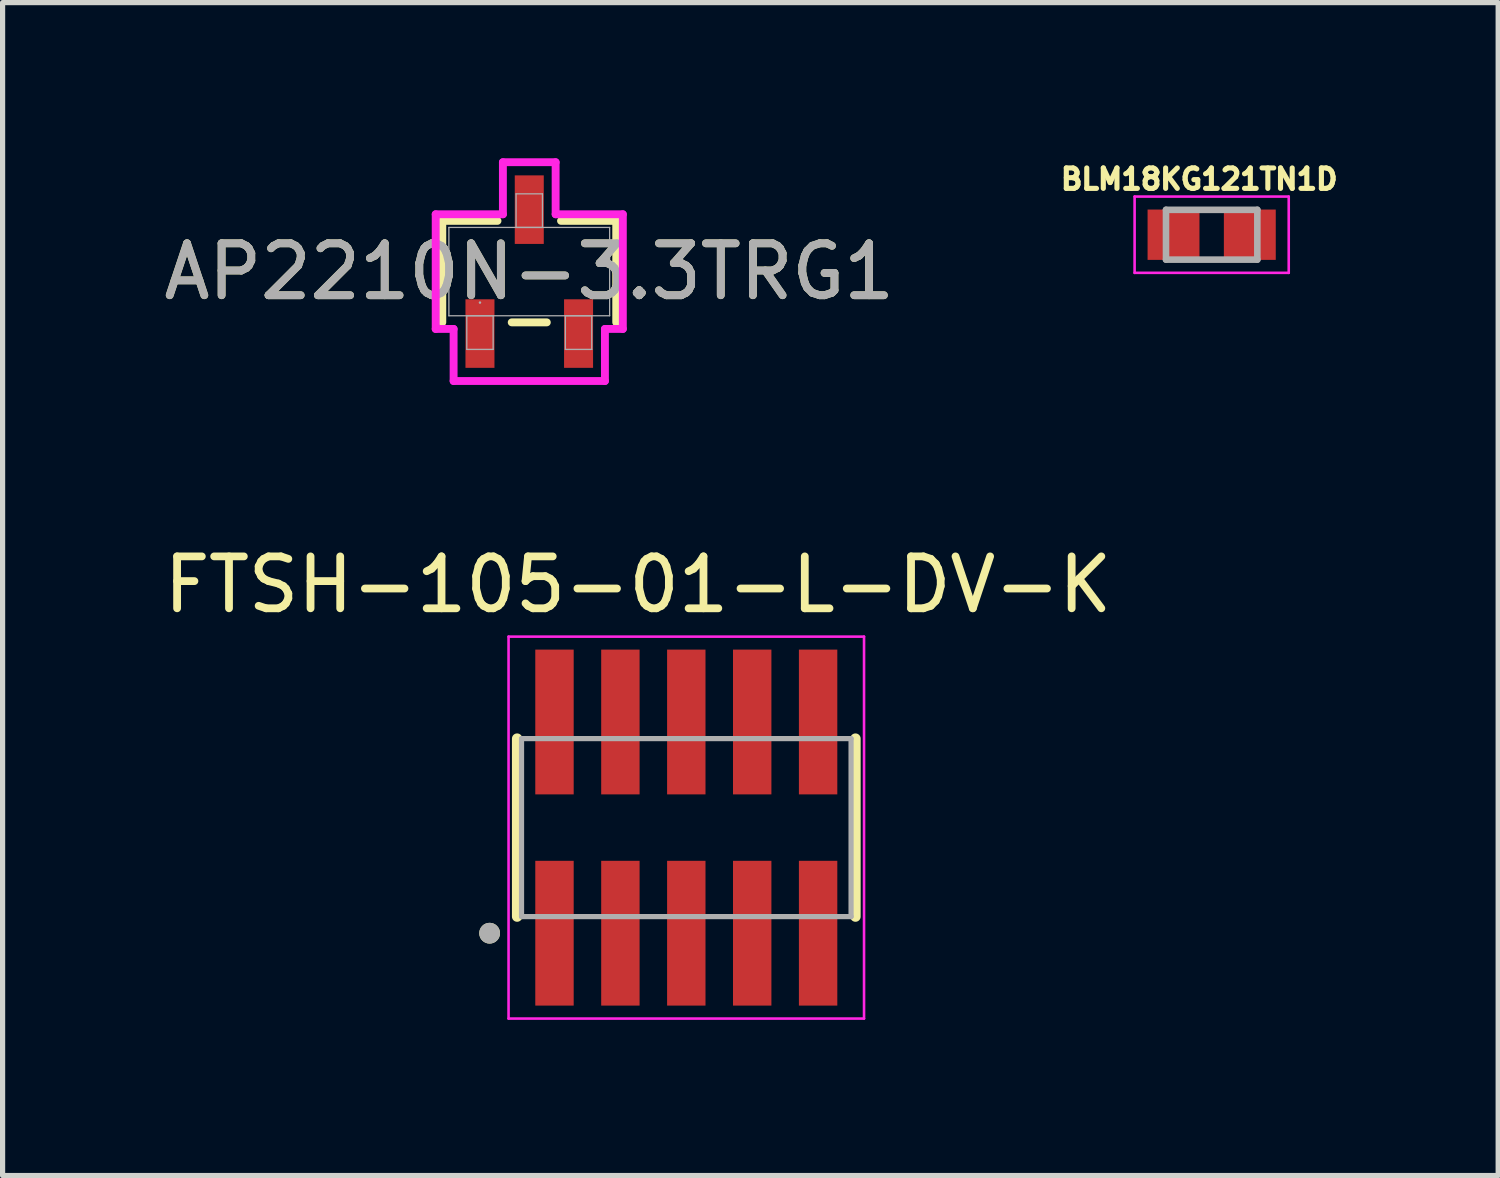
<source format=kicad_pcb>
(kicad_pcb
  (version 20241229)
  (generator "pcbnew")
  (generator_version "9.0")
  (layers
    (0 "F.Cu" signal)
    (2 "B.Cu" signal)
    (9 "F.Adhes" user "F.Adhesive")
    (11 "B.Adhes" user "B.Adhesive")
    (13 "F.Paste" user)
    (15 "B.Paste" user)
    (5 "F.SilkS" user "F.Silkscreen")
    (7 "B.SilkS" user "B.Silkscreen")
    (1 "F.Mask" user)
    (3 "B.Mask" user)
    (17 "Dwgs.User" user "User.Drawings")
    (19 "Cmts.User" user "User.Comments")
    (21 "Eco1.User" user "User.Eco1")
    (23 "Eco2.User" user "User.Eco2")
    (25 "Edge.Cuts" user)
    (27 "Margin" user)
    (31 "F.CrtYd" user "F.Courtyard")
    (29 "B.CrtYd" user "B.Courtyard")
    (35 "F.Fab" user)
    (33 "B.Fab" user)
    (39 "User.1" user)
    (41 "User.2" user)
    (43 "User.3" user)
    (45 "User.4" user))
  (footprint "BLM18KG121TN1D"
    (layer "F.Cu")
    (at 20.299 1.473)
    (property "Reference" "BLM18KG121TN1D" (at -0.24 -1.07 0) (layer "F.SilkS") (effects (font (size 0.394 0.394) (thickness 0.15))))
    (attr smd)
    (fp_line (start -1.485 -0.735) (end 1.485 -0.735) (stroke (width 0.05) (type solid)) (layer "F.CrtYd"))
    (fp_line (start -1.485 0.735) (end -1.485 -0.735) (stroke (width 0.05) (type solid)) (layer "F.CrtYd"))
    (fp_line (start -1.485 0.735) (end 1.485 0.735) (stroke (width 0.05) (type solid)) (layer "F.CrtYd"))
    (fp_line (start 1.485 0.735) (end 1.485 -0.735) (stroke (width 0.05) (type solid)) (layer "F.CrtYd"))
    (fp_line (start -0.88 0.48) (end -0.88 -0.48) (stroke (width 0.127) (type solid)) (layer "F.Fab"))
    (fp_line (start 0.88 -0.48) (end -0.88 -0.48) (stroke (width 0.127) (type solid)) (layer "F.Fab"))
    (fp_line (start 0.88 0.48) (end -0.88 0.48) (stroke (width 0.127) (type solid)) (layer "F.Fab"))
    (fp_line (start 0.88 0.48) (end 0.88 -0.48) (stroke (width 0.127) (type solid)) (layer "F.Fab"))
    (pad "1" smd rect (at -0.735 0) (size 1 0.97) (layers "F.Cu" "F.Mask" "F.Paste"))
    (pad "2" smd rect (at 0.735 0) (size 1 0.97) (layers "F.Cu" "F.Mask" "F.Paste")))
  (footprint "AP2210N-3.3TRG1"
    (layer "F.Cu")
    (at 7.149 2.184)
    (property "Reference" "AP2210N-3.3TRG1" (at 0 0 0) (unlocked yes) (layer "F.SilkS") (effects (font (size 1 1) (thickness 0.15))))
    (attr smd)
    (fp_line (start -1.676 -0.978) (end -1.676 0.978) (stroke (width 0.152) (type solid)) (layer "F.SilkS"))
    (fp_line (start -0.612 -0.978) (end -1.676 -0.978) (stroke (width 0.152) (type solid)) (layer "F.SilkS"))
    (fp_line (start -0.338 0.978) (end 0.338 0.978) (stroke (width 0.152) (type solid)) (layer "F.SilkS"))
    (fp_line (start 1.676 -0.978) (end 0.612 -0.978) (stroke (width 0.152) (type solid)) (layer "F.SilkS"))
    (fp_line (start 1.676 0.978) (end 1.676 -0.978) (stroke (width 0.152) (type solid)) (layer "F.SilkS"))
    (fp_line (start -1.803 -1.105) (end -0.508 -1.105) (stroke (width 0.152) (type solid)) (layer "F.CrtYd"))
    (fp_line (start -1.803 1.105) (end -1.803 -1.105) (stroke (width 0.152) (type solid)) (layer "F.CrtYd"))
    (fp_line (start -1.803 1.105) (end -1.458 1.105) (stroke (width 0.152) (type solid)) (layer "F.CrtYd"))
    (fp_line (start -1.458 1.105) (end -1.458 2.108) (stroke (width 0.152) (type solid)) (layer "F.CrtYd"))
    (fp_line (start -1.458 2.108) (end 1.458 2.108) (stroke (width 0.152) (type solid)) (layer "F.CrtYd"))
    (fp_line (start -0.508 -2.108) (end 0.508 -2.108) (stroke (width 0.152) (type solid)) (layer "F.CrtYd"))
    (fp_line (start -0.508 -1.105) (end -0.508 -2.108) (stroke (width 0.152) (type solid)) (layer "F.CrtYd"))
    (fp_line (start 0.508 -1.105) (end 0.508 -2.108) (stroke (width 0.152) (type solid)) (layer "F.CrtYd"))
    (fp_line (start 1.458 1.105) (end 1.458 2.108) (stroke (width 0.152) (type solid)) (layer "F.CrtYd"))
    (fp_line (start 1.803 -1.105) (end 0.508 -1.105) (stroke (width 0.152) (type solid)) (layer "F.CrtYd"))
    (fp_line (start 1.803 -1.105) (end 1.803 1.105) (stroke (width 0.152) (type solid)) (layer "F.CrtYd"))
    (fp_line (start 1.803 1.105) (end 1.458 1.105) (stroke (width 0.152) (type solid)) (layer "F.CrtYd"))
    (fp_line (start -1.549 -0.851) (end -1.549 0.851) (stroke (width 0.025) (type solid)) (layer "F.Fab"))
    (fp_line (start -1.549 0.851) (end 1.549 0.851) (stroke (width 0.025) (type solid)) (layer "F.Fab"))
    (fp_line (start -1.204 0.851) (end -1.204 1.499) (stroke (width 0.025) (type solid)) (layer "F.Fab"))
    (fp_line (start -1.204 1.499) (end -0.696 1.499) (stroke (width 0.025) (type solid)) (layer "F.Fab"))
    (fp_line (start -0.696 0.851) (end -1.204 0.851) (stroke (width 0.025) (type solid)) (layer "F.Fab"))
    (fp_line (start -0.696 1.499) (end -0.696 0.851) (stroke (width 0.025) (type solid)) (layer "F.Fab"))
    (fp_line (start -0.254 -1.499) (end -0.254 -0.851) (stroke (width 0.025) (type solid)) (layer "F.Fab"))
    (fp_line (start -0.254 -0.851) (end 0.254 -0.851) (stroke (width 0.025) (type solid)) (layer "F.Fab"))
    (fp_line (start 0.254 -1.499) (end -0.254 -1.499) (stroke (width 0.025) (type solid)) (layer "F.Fab"))
    (fp_line (start 0.254 -0.851) (end 0.254 -1.499) (stroke (width 0.025) (type solid)) (layer "F.Fab"))
    (fp_line (start 0.696 0.851) (end 0.696 1.499) (stroke (width 0.025) (type solid)) (layer "F.Fab"))
    (fp_line (start 0.696 1.499) (end 1.204 1.499) (stroke (width 0.025) (type solid)) (layer "F.Fab"))
    (fp_line (start 1.204 0.851) (end 0.696 0.851) (stroke (width 0.025) (type solid)) (layer "F.Fab"))
    (fp_line (start 1.204 1.499) (end 1.204 0.851) (stroke (width 0.025) (type solid)) (layer "F.Fab"))
    (fp_line (start 1.549 -0.851) (end -1.549 -0.851) (stroke (width 0.025) (type solid)) (layer "F.Fab"))
    (fp_line (start 1.549 0.851) (end 1.549 -0.851) (stroke (width 0.025) (type solid)) (layer "F.Fab"))
    (fp_circle (center -0.95 0.597) (end -0.95 0.597) (stroke (width 0.025) (type solid)) (fill no) (layer "F.Fab"))
    (fp_text user "${REFERENCE}" (at 0 0 0) (unlocked yes) (layer "F.Fab") (effects (font (size 1 1) (thickness 0.15))))
    (pad "1" smd rect (at -0.95 1.194) (size 0.559 1.321) (layers "F.Cu" "F.Mask" "F.Paste"))
    (pad "2" smd rect (at 0.95 1.194) (size 0.559 1.321) (layers "F.Cu" "F.Mask" "F.Paste"))
    (pad "3" smd rect (at 0 -1.194) (size 0.559 1.321) (layers "F.Cu" "F.Mask" "F.Paste")))
  (footprint "FTSH-105-01-L-DV-K"
    (layer "F.Cu")
    (at 10.175 12.898)
    (property "Reference" "FTSH-105-01-L-DV-K" (at -0.931 -4.681 0) (layer "F.SilkS") (effects (font (size 1 1) (thickness 0.15))))
    (attr smd)
    (fp_line (start -3.26 -1.715) (end -3.26 1.715) (stroke (width 0.2) (type solid)) (layer "F.SilkS"))
    (fp_line (start 3.26 1.715) (end 3.26 -1.715) (stroke (width 0.2) (type solid)) (layer "F.SilkS"))
    (fp_circle (center -3.79 2.035) (end -3.69 2.035) (stroke (width 0.2) (type solid)) (fill no) (layer "F.SilkS"))
    (fp_line (start -3.425 -3.68) (end 3.425 -3.68) (stroke (width 0.05) (type solid)) (layer "F.CrtYd"))
    (fp_line (start -3.425 3.68) (end -3.425 -3.68) (stroke (width 0.05) (type solid)) (layer "F.CrtYd"))
    (fp_line (start 3.425 -3.68) (end 3.425 3.68) (stroke (width 0.05) (type solid)) (layer "F.CrtYd"))
    (fp_line (start 3.425 3.68) (end -3.425 3.68) (stroke (width 0.05) (type solid)) (layer "F.CrtYd"))
    (fp_line (start -3.175 1.715) (end -3.175 -1.715) (stroke (width 0.1) (type solid)) (layer "F.Fab"))
    (fp_line (start -3.175 1.715) (end 3.175 1.715) (stroke (width 0.1) (type solid)) (layer "F.Fab"))
    (fp_line (start 3.175 -1.715) (end -3.175 -1.715) (stroke (width 0.1) (type solid)) (layer "F.Fab"))
    (fp_line (start 3.175 1.715) (end 3.175 -1.715) (stroke (width 0.1) (type solid)) (layer "F.Fab"))
    (fp_circle (center -3.79 2.035) (end -3.69 2.035) (stroke (width 0.2) (type solid)) (fill no) (layer "F.Fab"))
    (pad "01" smd rect (at -2.54 2.035) (size 0.74 2.79) (layers "F.Cu" "F.Mask" "F.Paste"))
    (pad "02" smd rect (at -2.54 -2.035) (size 0.74 2.79) (layers "F.Cu" "F.Mask" "F.Paste"))
    (pad "03" smd rect (at -1.27 2.035) (size 0.74 2.79) (layers "F.Cu" "F.Mask" "F.Paste"))
    (pad "04" smd rect (at -1.27 -2.035) (size 0.74 2.79) (layers "F.Cu" "F.Mask" "F.Paste"))
    (pad "05" smd rect (at 0 2.035) (size 0.74 2.79) (layers "F.Cu" "F.Mask" "F.Paste"))
    (pad "06" smd rect (at 0 -2.035) (size 0.74 2.79) (layers "F.Cu" "F.Mask" "F.Paste"))
    (pad "07" smd rect (at 1.27 2.035) (size 0.74 2.79) (layers "F.Cu" "F.Mask" "F.Paste"))
    (pad "08" smd rect (at 1.27 -2.035) (size 0.74 2.79) (layers "F.Cu" "F.Mask" "F.Paste"))
    (pad "09" smd rect (at 2.54 2.035) (size 0.74 2.79) (layers "F.Cu" "F.Mask" "F.Paste"))
    (pad "10" smd rect (at 2.54 -2.035) (size 0.74 2.79) (layers "F.Cu" "F.Mask" "F.Paste")))
  (gr_rect
    (start -3 -3)
    (end 25.82 19.603)
    (stroke (width 0.1) (type default))
    (fill no)
    (layer "Edge.Cuts")))
</source>
